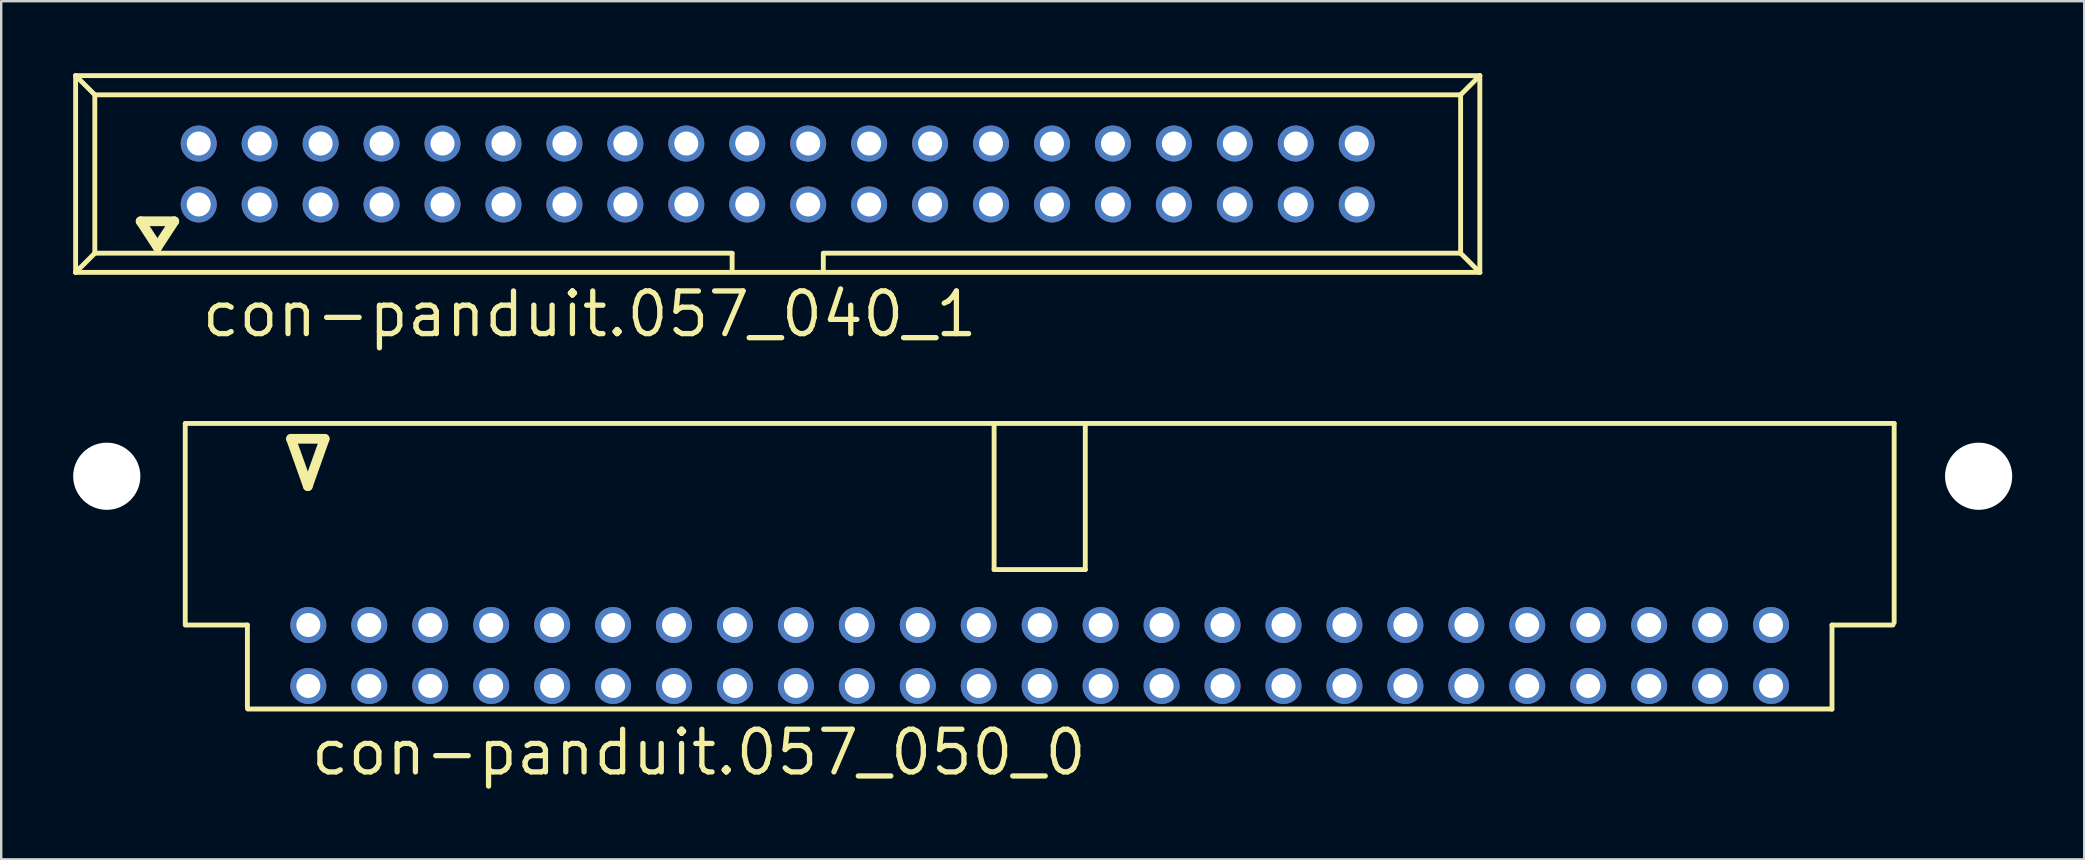
<source format=kicad_pcb>
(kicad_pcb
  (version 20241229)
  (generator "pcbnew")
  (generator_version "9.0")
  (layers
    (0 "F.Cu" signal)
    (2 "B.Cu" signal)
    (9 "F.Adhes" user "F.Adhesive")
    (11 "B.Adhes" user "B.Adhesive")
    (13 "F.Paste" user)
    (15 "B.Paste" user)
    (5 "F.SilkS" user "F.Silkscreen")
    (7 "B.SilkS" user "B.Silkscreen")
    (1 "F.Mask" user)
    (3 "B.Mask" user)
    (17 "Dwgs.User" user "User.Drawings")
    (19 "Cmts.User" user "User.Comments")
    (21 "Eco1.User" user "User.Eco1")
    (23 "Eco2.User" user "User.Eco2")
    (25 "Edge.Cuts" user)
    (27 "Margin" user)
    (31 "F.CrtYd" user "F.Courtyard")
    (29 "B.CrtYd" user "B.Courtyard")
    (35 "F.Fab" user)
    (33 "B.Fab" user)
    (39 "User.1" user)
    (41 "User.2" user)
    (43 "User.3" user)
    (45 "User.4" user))
  (footprint "con-panduit.057_040_1"
    (layer "F.Cu")
    (at 29.362 4.202)
    (property "Reference" "con-panduit.057_040_1" (at -24.11 6.88 0) (layer "F.SilkS") (effects (font (size 1.778 1.778) (thickness 0.22)) (justify left bottom)))
    (attr through_hole)
    (fp_line (start -29.26 -4.1) (end -28.46 -3.3) (stroke (width 0.203) (type default)) (layer "F.SilkS"))
    (fp_line (start -29.26 4.1) (end -29.26 -4.1) (stroke (width 0.203) (type default)) (layer "F.SilkS"))
    (fp_line (start -29.26 4.1) (end -28.46 3.3) (stroke (width 0.203) (type default)) (layer "F.SilkS"))
    (fp_line (start -29.26 4.1) (end 29.26 4.1) (stroke (width 0.203) (type default)) (layer "F.SilkS"))
    (fp_line (start -28.46 -3.3) (end 28.46 -3.3) (stroke (width 0.203) (type default)) (layer "F.SilkS"))
    (fp_line (start -28.46 3.3) (end -28.46 -3.3) (stroke (width 0.203) (type default)) (layer "F.SilkS"))
    (fp_line (start -26.55 1.97) (end -25.85 3.04) (stroke (width 0.406) (type default)) (layer "F.SilkS"))
    (fp_line (start -25.85 3.04) (end -25.15 1.97) (stroke (width 0.406) (type default)) (layer "F.SilkS"))
    (fp_line (start -25.15 1.97) (end -26.55 1.97) (stroke (width 0.406) (type default)) (layer "F.SilkS"))
    (fp_line (start -1.9 3.3) (end -28.46 3.3) (stroke (width 0.203) (type default)) (layer "F.SilkS"))
    (fp_line (start -1.9 3.32) (end -1.9 4.03) (stroke (width 0.203) (type default)) (layer "F.SilkS"))
    (fp_line (start 1.9 3.32) (end 1.9 4.03) (stroke (width 0.203) (type default)) (layer "F.SilkS"))
    (fp_line (start 28.46 -3.3) (end 28.46 3.3) (stroke (width 0.203) (type default)) (layer "F.SilkS"))
    (fp_line (start 28.46 3.3) (end 1.9 3.3) (stroke (width 0.203) (type default)) (layer "F.SilkS"))
    (fp_line (start 28.46 3.3) (end 29.26 4.1) (stroke (width 0.203) (type default)) (layer "F.SilkS"))
    (fp_line (start 29.26 -4.1) (end -29.26 -4.1) (stroke (width 0.203) (type default)) (layer "F.SilkS"))
    (fp_line (start 29.26 -4.1) (end 28.46 -3.3) (stroke (width 0.203) (type default)) (layer "F.SilkS"))
    (fp_line (start 29.26 4.1) (end 29.26 -4.1) (stroke (width 0.203) (type default)) (layer "F.SilkS"))
    (pad "1" thru_hole circle (at -24.13 1.27) (size 1.5 1.5) (drill 1) (layers "*.Cu" "*.Mask"))
    (pad "2" thru_hole circle (at -24.13 -1.27) (size 1.5 1.5) (drill 1) (layers "*.Cu" "*.Mask"))
    (pad "3" thru_hole circle (at -21.59 1.27) (size 1.5 1.5) (drill 1) (layers "*.Cu" "*.Mask"))
    (pad "4" thru_hole circle (at -21.59 -1.27) (size 1.5 1.5) (drill 1) (layers "*.Cu" "*.Mask"))
    (pad "5" thru_hole circle (at -19.05 1.27) (size 1.5 1.5) (drill 1) (layers "*.Cu" "*.Mask"))
    (pad "6" thru_hole circle (at -19.05 -1.27) (size 1.5 1.5) (drill 1) (layers "*.Cu" "*.Mask"))
    (pad "7" thru_hole circle (at -16.51 1.27) (size 1.5 1.5) (drill 1) (layers "*.Cu" "*.Mask"))
    (pad "8" thru_hole circle (at -16.51 -1.27) (size 1.5 1.5) (drill 1) (layers "*.Cu" "*.Mask"))
    (pad "9" thru_hole circle (at -13.97 1.27) (size 1.5 1.5) (drill 1) (layers "*.Cu" "*.Mask"))
    (pad "10" thru_hole circle (at -13.97 -1.27) (size 1.5 1.5) (drill 1) (layers "*.Cu" "*.Mask"))
    (pad "11" thru_hole circle (at -11.43 1.27) (size 1.5 1.5) (drill 1) (layers "*.Cu" "*.Mask"))
    (pad "12" thru_hole circle (at -11.43 -1.27) (size 1.5 1.5) (drill 1) (layers "*.Cu" "*.Mask"))
    (pad "13" thru_hole circle (at -8.89 1.27) (size 1.5 1.5) (drill 1) (layers "*.Cu" "*.Mask"))
    (pad "14" thru_hole circle (at -8.89 -1.27) (size 1.5 1.5) (drill 1) (layers "*.Cu" "*.Mask"))
    (pad "15" thru_hole circle (at -6.35 1.27) (size 1.5 1.5) (drill 1) (layers "*.Cu" "*.Mask"))
    (pad "16" thru_hole circle (at -6.35 -1.27) (size 1.5 1.5) (drill 1) (layers "*.Cu" "*.Mask"))
    (pad "17" thru_hole circle (at -3.81 1.27) (size 1.5 1.5) (drill 1) (layers "*.Cu" "*.Mask"))
    (pad "18" thru_hole circle (at -3.81 -1.27) (size 1.5 1.5) (drill 1) (layers "*.Cu" "*.Mask"))
    (pad "19" thru_hole circle (at -1.27 1.27) (size 1.5 1.5) (drill 1) (layers "*.Cu" "*.Mask"))
    (pad "20" thru_hole circle (at -1.27 -1.27) (size 1.5 1.5) (drill 1) (layers "*.Cu" "*.Mask"))
    (pad "21" thru_hole circle (at 1.27 1.27) (size 1.5 1.5) (drill 1) (layers "*.Cu" "*.Mask"))
    (pad "22" thru_hole circle (at 1.27 -1.27) (size 1.5 1.5) (drill 1) (layers "*.Cu" "*.Mask"))
    (pad "23" thru_hole circle (at 3.81 1.27) (size 1.5 1.5) (drill 1) (layers "*.Cu" "*.Mask"))
    (pad "24" thru_hole circle (at 3.81 -1.27) (size 1.5 1.5) (drill 1) (layers "*.Cu" "*.Mask"))
    (pad "25" thru_hole circle (at 6.35 1.27) (size 1.5 1.5) (drill 1) (layers "*.Cu" "*.Mask"))
    (pad "26" thru_hole circle (at 6.35 -1.27) (size 1.5 1.5) (drill 1) (layers "*.Cu" "*.Mask"))
    (pad "27" thru_hole circle (at 8.89 1.27) (size 1.5 1.5) (drill 1) (layers "*.Cu" "*.Mask"))
    (pad "28" thru_hole circle (at 8.89 -1.27) (size 1.5 1.5) (drill 1) (layers "*.Cu" "*.Mask"))
    (pad "29" thru_hole circle (at 11.43 1.27) (size 1.5 1.5) (drill 1) (layers "*.Cu" "*.Mask"))
    (pad "30" thru_hole circle (at 11.43 -1.27) (size 1.5 1.5) (drill 1) (layers "*.Cu" "*.Mask"))
    (pad "31" thru_hole circle (at 13.97 1.27) (size 1.5 1.5) (drill 1) (layers "*.Cu" "*.Mask"))
    (pad "32" thru_hole circle (at 13.97 -1.27) (size 1.5 1.5) (drill 1) (layers "*.Cu" "*.Mask"))
    (pad "33" thru_hole circle (at 16.51 1.27) (size 1.5 1.5) (drill 1) (layers "*.Cu" "*.Mask"))
    (pad "34" thru_hole circle (at 16.51 -1.27) (size 1.5 1.5) (drill 1) (layers "*.Cu" "*.Mask"))
    (pad "35" thru_hole circle (at 19.05 1.27) (size 1.5 1.5) (drill 1) (layers "*.Cu" "*.Mask"))
    (pad "36" thru_hole circle (at 19.05 -1.27) (size 1.5 1.5) (drill 1) (layers "*.Cu" "*.Mask"))
    (pad "37" thru_hole circle (at 21.59 1.27) (size 1.5 1.5) (drill 1) (layers "*.Cu" "*.Mask"))
    (pad "38" thru_hole circle (at 21.59 -1.27) (size 1.5 1.5) (drill 1) (layers "*.Cu" "*.Mask"))
    (pad "39" thru_hole circle (at 24.13 1.27) (size 1.5 1.5) (drill 1) (layers "*.Cu" "*.Mask"))
    (pad "40" thru_hole circle (at 24.13 -1.27) (size 1.5 1.5) (drill 1) (layers "*.Cu" "*.Mask")))
  (footprint "con-panduit.057_050_0"
    (layer "F.Cu")
    (at 40.28 20.458)
    (property "Reference" "con-panduit.057_050_0" (at -30.48 8.89 0) (layer "F.SilkS") (effects (font (size 1.778 1.778) (thickness 0.22)) (justify left bottom)))
    (attr through_hole)
    (fp_line (start -35.61 -5.86) (end 35.61 -5.86) (stroke (width 0.203) (type default)) (layer "F.SilkS"))
    (fp_line (start -35.61 2.54) (end -35.61 -5.86) (stroke (width 0.203) (type default)) (layer "F.SilkS"))
    (fp_line (start -35.56 2.54) (end -33.02 2.54) (stroke (width 0.203) (type default)) (layer "F.SilkS"))
    (fp_line (start -33.02 2.54) (end -33.02 5.98) (stroke (width 0.203) (type default)) (layer "F.SilkS"))
    (fp_line (start -31.2 -5.22) (end -30.5 -3.25) (stroke (width 0.406) (type default)) (layer "F.SilkS"))
    (fp_line (start -30.5 -3.25) (end -29.8 -5.22) (stroke (width 0.406) (type default)) (layer "F.SilkS"))
    (fp_line (start -29.8 -5.22) (end -31.2 -5.22) (stroke (width 0.406) (type default)) (layer "F.SilkS"))
    (fp_line (start -1.9 0.23) (end -1.9 -5.86) (stroke (width 0.203) (type default)) (layer "F.SilkS"))
    (fp_line (start -1.9 0.23) (end 1.9 0.23) (stroke (width 0.203) (type default)) (layer "F.SilkS"))
    (fp_line (start 1.9 0.23) (end 1.9 -5.86) (stroke (width 0.203) (type default)) (layer "F.SilkS"))
    (fp_line (start 33.01 6.04) (end -33.01 6.04) (stroke (width 0.203) (type default)) (layer "F.SilkS"))
    (fp_line (start 33.02 2.54) (end 33.02 6.05) (stroke (width 0.203) (type default)) (layer "F.SilkS"))
    (fp_line (start 35.56 2.54) (end 33.02 2.54) (stroke (width 0.203) (type default)) (layer "F.SilkS"))
    (fp_line (start 35.61 -5.86) (end 35.61 2.44) (stroke (width 0.203) (type default)) (layer "F.SilkS"))
    (pad "" np_thru_hole circle (at -38.88 -3.66) (size 2.8 2.8) (drill 2.8) (layers "*.Cu" "*.Mask"))
    (pad "" np_thru_hole circle (at 39.13 -3.66) (size 2.8 2.8) (drill 2.8) (layers "*.Cu" "*.Mask"))
    (pad "1" thru_hole circle (at -30.48 5.08) (size 1.5 1.5) (drill 1) (layers "*.Cu" "*.Mask"))
    (pad "2" thru_hole circle (at -30.48 2.54) (size 1.5 1.5) (drill 1) (layers "*.Cu" "*.Mask"))
    (pad "3" thru_hole circle (at -27.94 5.08) (size 1.5 1.5) (drill 1) (layers "*.Cu" "*.Mask"))
    (pad "4" thru_hole circle (at -27.94 2.54) (size 1.5 1.5) (drill 1) (layers "*.Cu" "*.Mask"))
    (pad "5" thru_hole circle (at -25.4 5.08) (size 1.5 1.5) (drill 1) (layers "*.Cu" "*.Mask"))
    (pad "6" thru_hole circle (at -25.4 2.54) (size 1.5 1.5) (drill 1) (layers "*.Cu" "*.Mask"))
    (pad "7" thru_hole circle (at -22.86 5.08) (size 1.5 1.5) (drill 1) (layers "*.Cu" "*.Mask"))
    (pad "8" thru_hole circle (at -22.86 2.54) (size 1.5 1.5) (drill 1) (layers "*.Cu" "*.Mask"))
    (pad "9" thru_hole circle (at -20.32 5.08) (size 1.5 1.5) (drill 1) (layers "*.Cu" "*.Mask"))
    (pad "10" thru_hole circle (at -20.32 2.54) (size 1.5 1.5) (drill 1) (layers "*.Cu" "*.Mask"))
    (pad "11" thru_hole circle (at -17.78 5.08) (size 1.5 1.5) (drill 1) (layers "*.Cu" "*.Mask"))
    (pad "12" thru_hole circle (at -17.78 2.54) (size 1.5 1.5) (drill 1) (layers "*.Cu" "*.Mask"))
    (pad "13" thru_hole circle (at -15.24 5.08) (size 1.5 1.5) (drill 1) (layers "*.Cu" "*.Mask"))
    (pad "14" thru_hole circle (at -15.24 2.54) (size 1.5 1.5) (drill 1) (layers "*.Cu" "*.Mask"))
    (pad "15" thru_hole circle (at -12.7 5.08) (size 1.5 1.5) (drill 1) (layers "*.Cu" "*.Mask"))
    (pad "16" thru_hole circle (at -12.7 2.54) (size 1.5 1.5) (drill 1) (layers "*.Cu" "*.Mask"))
    (pad "17" thru_hole circle (at -10.16 5.08) (size 1.5 1.5) (drill 1) (layers "*.Cu" "*.Mask"))
    (pad "18" thru_hole circle (at -10.16 2.54) (size 1.5 1.5) (drill 1) (layers "*.Cu" "*.Mask"))
    (pad "19" thru_hole circle (at -7.62 5.08) (size 1.5 1.5) (drill 1) (layers "*.Cu" "*.Mask"))
    (pad "20" thru_hole circle (at -7.62 2.54) (size 1.5 1.5) (drill 1) (layers "*.Cu" "*.Mask"))
    (pad "21" thru_hole circle (at -5.08 5.08) (size 1.5 1.5) (drill 1) (layers "*.Cu" "*.Mask"))
    (pad "22" thru_hole circle (at -5.08 2.54) (size 1.5 1.5) (drill 1) (layers "*.Cu" "*.Mask"))
    (pad "23" thru_hole circle (at -2.54 5.08) (size 1.5 1.5) (drill 1) (layers "*.Cu" "*.Mask"))
    (pad "24" thru_hole circle (at -2.54 2.54) (size 1.5 1.5) (drill 1) (layers "*.Cu" "*.Mask"))
    (pad "25" thru_hole circle (at 0 5.08) (size 1.5 1.5) (drill 1) (layers "*.Cu" "*.Mask"))
    (pad "26" thru_hole circle (at 0 2.54) (size 1.5 1.5) (drill 1) (layers "*.Cu" "*.Mask"))
    (pad "27" thru_hole circle (at 2.54 5.08) (size 1.5 1.5) (drill 1) (layers "*.Cu" "*.Mask"))
    (pad "28" thru_hole circle (at 2.54 2.54) (size 1.5 1.5) (drill 1) (layers "*.Cu" "*.Mask"))
    (pad "29" thru_hole circle (at 5.08 5.08) (size 1.5 1.5) (drill 1) (layers "*.Cu" "*.Mask"))
    (pad "30" thru_hole circle (at 5.08 2.54) (size 1.5 1.5) (drill 1) (layers "*.Cu" "*.Mask"))
    (pad "31" thru_hole circle (at 7.62 5.08) (size 1.5 1.5) (drill 1) (layers "*.Cu" "*.Mask"))
    (pad "32" thru_hole circle (at 7.62 2.54) (size 1.5 1.5) (drill 1) (layers "*.Cu" "*.Mask"))
    (pad "33" thru_hole circle (at 10.16 5.08) (size 1.5 1.5) (drill 1) (layers "*.Cu" "*.Mask"))
    (pad "34" thru_hole circle (at 10.16 2.54) (size 1.5 1.5) (drill 1) (layers "*.Cu" "*.Mask"))
    (pad "35" thru_hole circle (at 12.7 5.08) (size 1.5 1.5) (drill 1) (layers "*.Cu" "*.Mask"))
    (pad "36" thru_hole circle (at 12.7 2.54) (size 1.5 1.5) (drill 1) (layers "*.Cu" "*.Mask"))
    (pad "37" thru_hole circle (at 15.24 5.08) (size 1.5 1.5) (drill 1) (layers "*.Cu" "*.Mask"))
    (pad "38" thru_hole circle (at 15.24 2.54) (size 1.5 1.5) (drill 1) (layers "*.Cu" "*.Mask"))
    (pad "39" thru_hole circle (at 17.78 5.08) (size 1.5 1.5) (drill 1) (layers "*.Cu" "*.Mask"))
    (pad "40" thru_hole circle (at 17.78 2.54) (size 1.5 1.5) (drill 1) (layers "*.Cu" "*.Mask"))
    (pad "41" thru_hole circle (at 20.32 5.08) (size 1.5 1.5) (drill 1) (layers "*.Cu" "*.Mask"))
    (pad "42" thru_hole circle (at 20.32 2.54) (size 1.5 1.5) (drill 1) (layers "*.Cu" "*.Mask"))
    (pad "43" thru_hole circle (at 22.86 5.08) (size 1.5 1.5) (drill 1) (layers "*.Cu" "*.Mask"))
    (pad "44" thru_hole circle (at 22.86 2.54) (size 1.5 1.5) (drill 1) (layers "*.Cu" "*.Mask"))
    (pad "45" thru_hole circle (at 25.4 5.08) (size 1.5 1.5) (drill 1) (layers "*.Cu" "*.Mask"))
    (pad "46" thru_hole circle (at 25.4 2.54) (size 1.5 1.5) (drill 1) (layers "*.Cu" "*.Mask"))
    (pad "47" thru_hole circle (at 27.94 5.08) (size 1.5 1.5) (drill 1) (layers "*.Cu" "*.Mask"))
    (pad "48" thru_hole circle (at 27.94 2.54) (size 1.5 1.5) (drill 1) (layers "*.Cu" "*.Mask"))
    (pad "49" thru_hole circle (at 30.48 5.08) (size 1.5 1.5) (drill 1) (layers "*.Cu" "*.Mask"))
    (pad "50" thru_hole circle (at 30.48 2.54) (size 1.5 1.5) (drill 1) (layers "*.Cu" "*.Mask")))
  (gr_rect
    (start -3 -3)
    (end 83.81 32.762)
    (stroke (width 0.1) (type default))
    (fill no)
    (layer "Edge.Cuts")))
</source>
